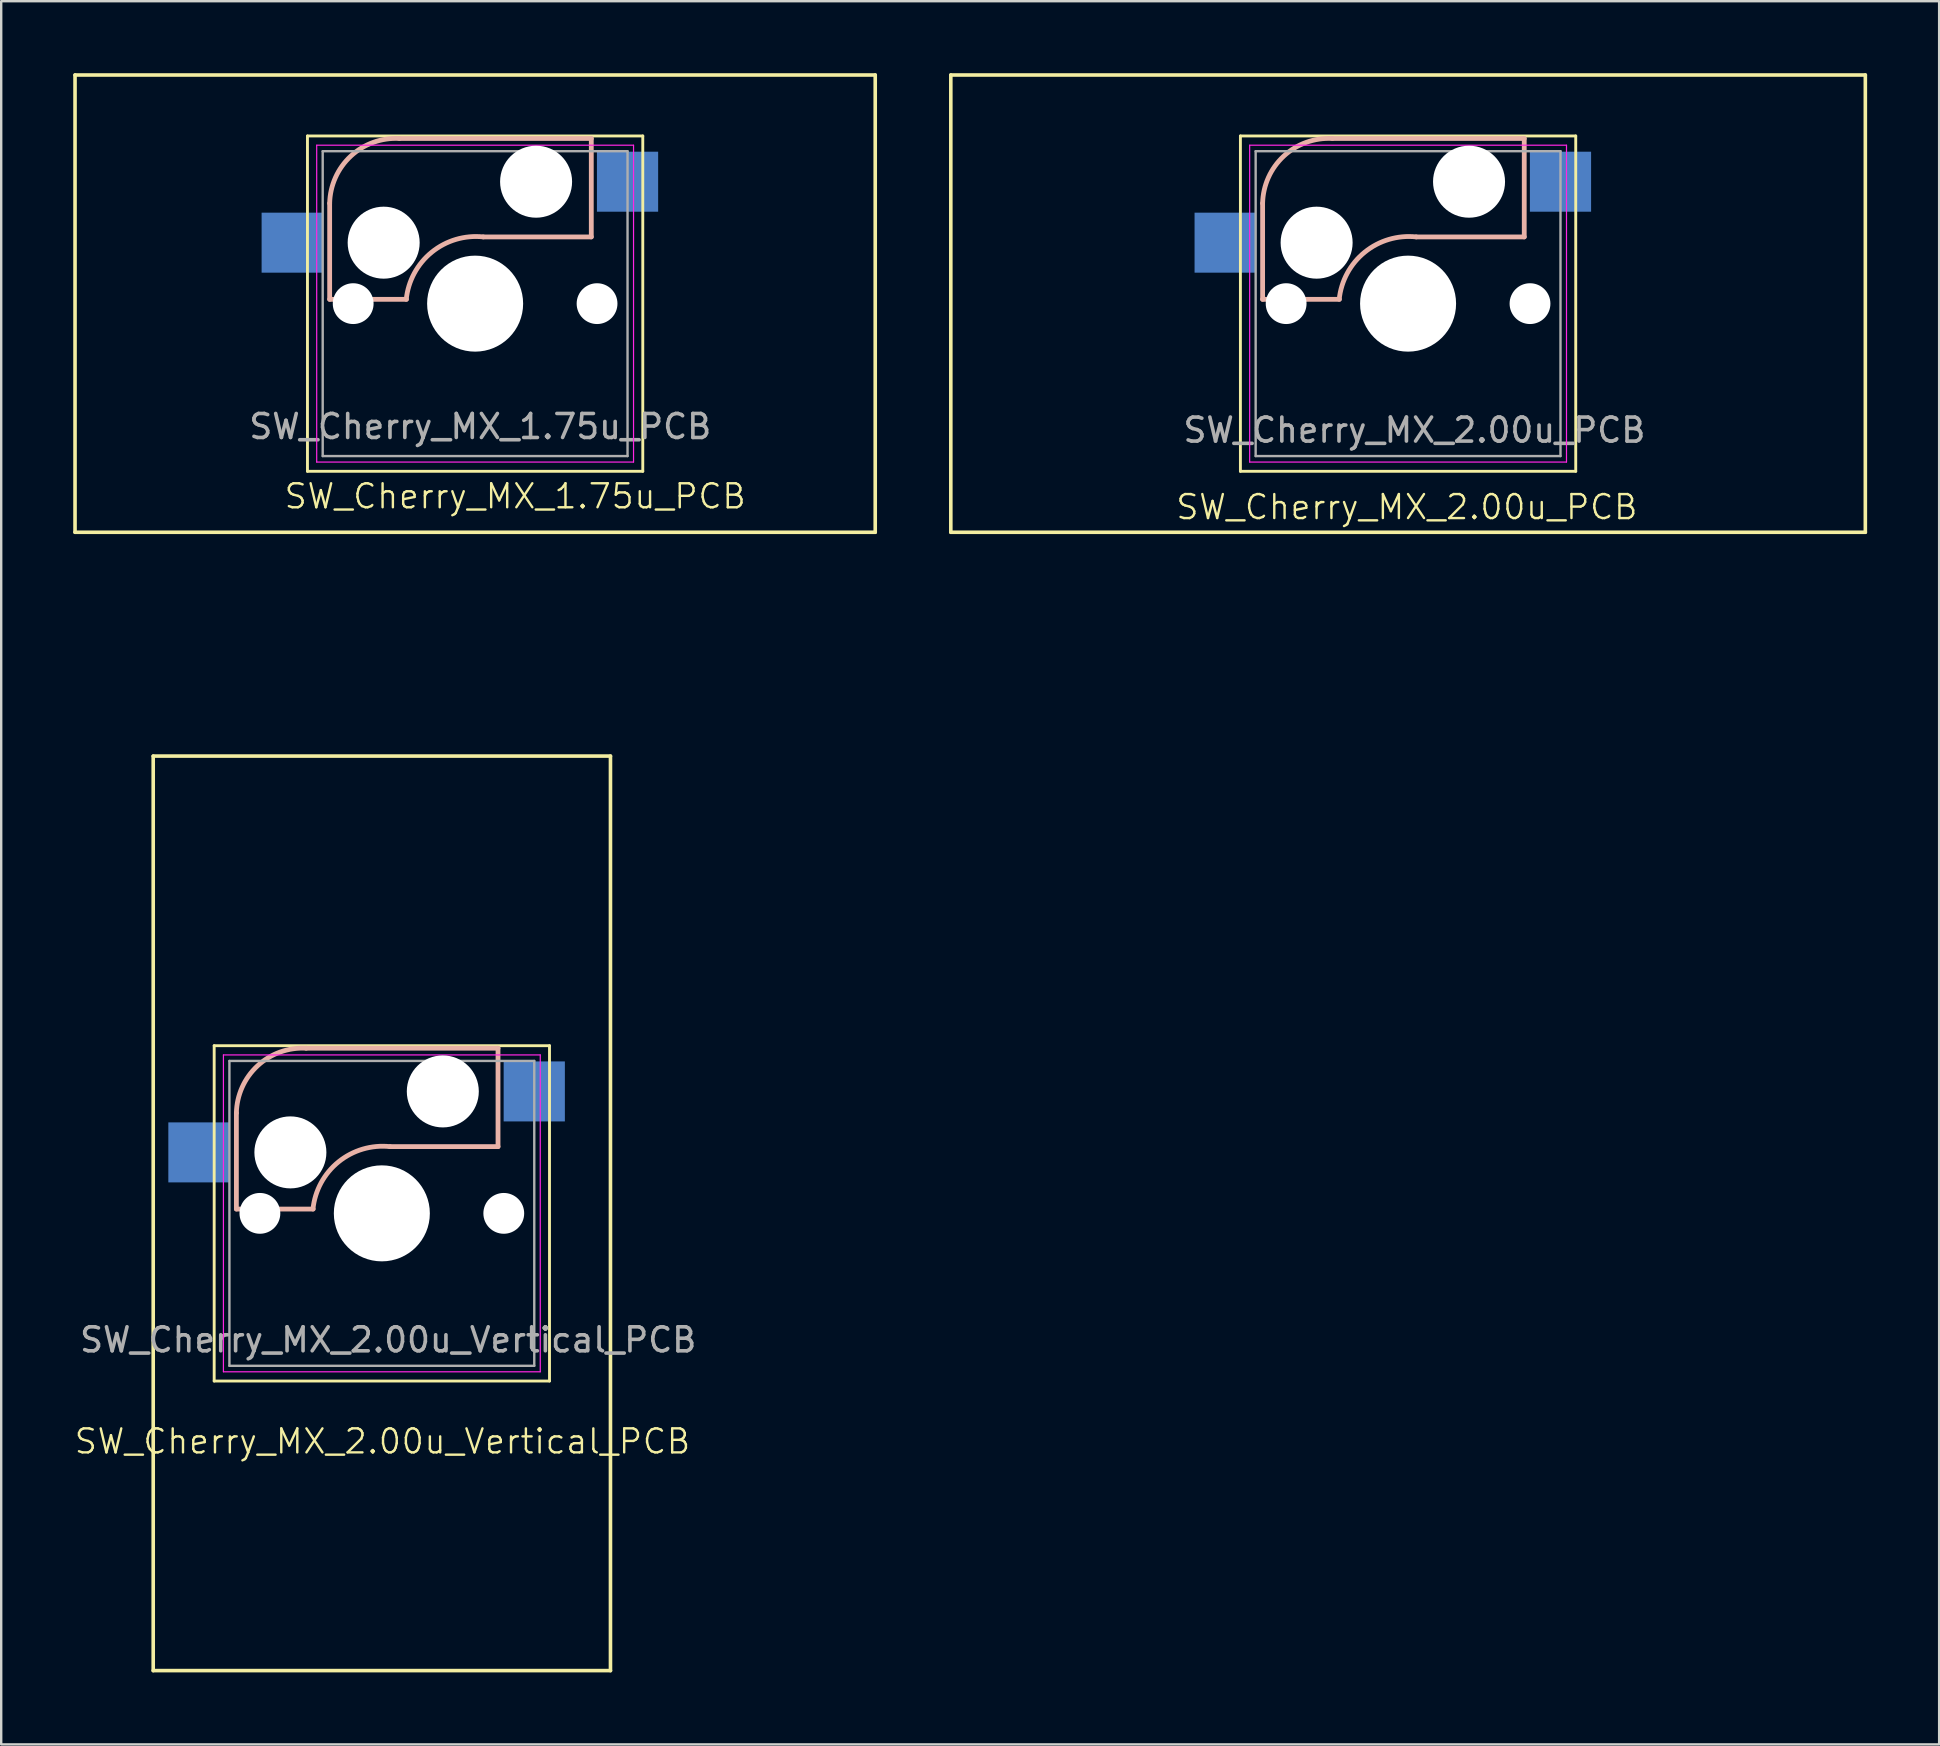
<source format=kicad_pcb>
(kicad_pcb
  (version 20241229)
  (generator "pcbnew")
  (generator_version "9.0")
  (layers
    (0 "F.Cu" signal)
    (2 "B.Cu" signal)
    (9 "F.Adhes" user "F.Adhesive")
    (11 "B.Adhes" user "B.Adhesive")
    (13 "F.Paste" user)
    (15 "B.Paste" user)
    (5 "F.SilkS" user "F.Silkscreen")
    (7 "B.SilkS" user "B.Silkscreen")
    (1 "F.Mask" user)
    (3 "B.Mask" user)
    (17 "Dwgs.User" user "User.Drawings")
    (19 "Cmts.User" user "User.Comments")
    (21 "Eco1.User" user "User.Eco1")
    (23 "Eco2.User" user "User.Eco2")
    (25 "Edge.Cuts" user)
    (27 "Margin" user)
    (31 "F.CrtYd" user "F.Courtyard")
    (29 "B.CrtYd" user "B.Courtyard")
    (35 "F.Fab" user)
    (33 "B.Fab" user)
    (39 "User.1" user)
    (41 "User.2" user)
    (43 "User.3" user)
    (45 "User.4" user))
  (footprint "SW_Cherry_MX_2.00u_PCB"
    (layer "F.Cu")
    (at 55.562 22.075)
    (property "Reference" "SW_Cherry_MX_2.00u_PCB" (at 0 -4 0) (unlocked yes) (layer "F.SilkS") (effects (font (size 1 1) (thickness 0.1))))
    (attr smd)
    (fp_line (start -19 -22) (end 19.1 -22) (stroke (width 0.15) (type solid)) (layer "F.SilkS"))
    (fp_line (start -19 -2.95) (end -19 -22) (stroke (width 0.15) (type solid)) (layer "F.SilkS"))
    (fp_line (start -19 -2.95) (end 19.1 -2.95) (stroke (width 0.15) (type solid)) (layer "F.SilkS"))
    (fp_line (start -6.935 -19.46) (end 7.035 -19.46) (stroke (width 0.12) (type solid)) (layer "F.SilkS"))
    (fp_line (start -6.935 -5.49) (end -6.935 -19.46) (stroke (width 0.12) (type solid)) (layer "F.SilkS"))
    (fp_line (start 7.035 -19.46) (end 7.035 -5.49) (stroke (width 0.12) (type solid)) (layer "F.SilkS"))
    (fp_line (start 7.035 -5.49) (end -6.935 -5.49) (stroke (width 0.12) (type solid)) (layer "F.SilkS"))
    (fp_line (start 19.1 -22) (end 19.1 -2.95) (stroke (width 0.15) (type solid)) (layer "F.SilkS"))
    (fp_line (start -6.01 -16.655) (end -6.01 -12.655) (stroke (width 0.2) (type default)) (layer "B.SilkS"))
    (fp_line (start -6.01 -12.655) (end -2.81 -12.655) (stroke (width 0.2) (type default)) (layer "B.SilkS"))
    (fp_line (start 4.89 -19.355) (end -3.102 -19.355) (stroke (width 0.2) (type default)) (layer "B.SilkS"))
    (fp_line (start 4.89 -19.355) (end 4.89 -15.255) (stroke (width 0.2) (type default)) (layer "B.SilkS"))
    (fp_line (start 4.89 -15.255) (end 0.39 -15.255) (stroke (width 0.2) (type default)) (layer "B.SilkS"))
    (fp_arc (start -6.009999 -16.655) (mid -5.128868 -18.622002) (end -3.102 -19.355) (stroke (width 0.2) (type default)) (layer "B.SilkS"))
    (fp_arc (start -2.818839 -12.655915) (mid -1.753842 -14.621431) (end 0.39 -15.255) (stroke (width 0.2) (type default)) (layer "B.SilkS"))
    (fp_line (start -6.55 -19.075) (end 6.65 -19.075) (stroke (width 0.05) (type solid)) (layer "F.CrtYd"))
    (fp_line (start -6.55 -5.875) (end -6.55 -19.075) (stroke (width 0.05) (type solid)) (layer "F.CrtYd"))
    (fp_line (start 6.65 -19.075) (end 6.65 -5.875) (stroke (width 0.05) (type solid)) (layer "F.CrtYd"))
    (fp_line (start 6.65 -5.875) (end -6.55 -5.875) (stroke (width 0.05) (type solid)) (layer "F.CrtYd"))
    (fp_line (start -6.3 -18.825) (end 6.4 -18.825) (stroke (width 0.1) (type solid)) (layer "F.Fab"))
    (fp_line (start -6.3 -6.125) (end -6.3 -18.825) (stroke (width 0.1) (type solid)) (layer "F.Fab"))
    (fp_line (start 6.4 -18.825) (end 6.4 -6.125) (stroke (width 0.1) (type solid)) (layer "F.Fab"))
    (fp_line (start 6.4 -6.125) (end -6.3 -6.125) (stroke (width 0.1) (type solid)) (layer "F.Fab"))
    (fp_text user "${REFERENCE}" (at 0.315 -7.205 0) (layer "F.Fab") (effects (font (size 1 1) (thickness 0.15))))
    (pad "" np_thru_hole circle (at -5.03 -12.475) (size 1.7 1.7) (drill 1.7) (layers "*.Cu" "*.Mask"))
    (pad "" np_thru_hole circle (at -3.76 -15.015) (size 3 3) (drill 3) (layers "*.Cu" "*.Mask"))
    (pad "" np_thru_hole circle (at 0.05 -12.475) (size 4 4) (drill 4) (layers "*.Cu" "*.Mask"))
    (pad "" np_thru_hole circle (at 2.59 -17.555) (size 3 3) (drill 3) (layers "*.Cu" "*.Mask"))
    (pad "" np_thru_hole circle (at 5.13 -12.475) (size 1.7 1.7) (drill 1.7) (layers "*.Cu" "*.Mask"))
    (pad "1" smd rect (at -7.57 -15.015) (size 2.55 2.5) (layers "B.Cu" "B.Mask" "B.Paste"))
    (pad "2" smd rect (at 6.4 -17.555) (size 2.55 2.5) (layers "B.Cu" "B.Mask" "B.Paste")))
  (footprint "SW_Cherry_MX_2.00u_Vertical_PCB"
    (layer "F.Cu")
    (at 12.883 47.5)
    (property "Reference" "SW_Cherry_MX_2.00u_Vertical_PCB" (at 0 9.5 0) (unlocked yes) (layer "F.SilkS") (effects (font (size 1 1) (thickness 0.1))))
    (attr smd)
    (fp_line (start -9.55 -19.05) (end -9.55 19.05) (stroke (width 0.15) (type solid)) (layer "F.SilkS"))
    (fp_line (start -9.55 -19.05) (end 9.5 -19.05) (stroke (width 0.15) (type solid)) (layer "F.SilkS"))
    (fp_line (start -7.01 -6.985) (end 6.96 -6.985) (stroke (width 0.12) (type solid)) (layer "F.SilkS"))
    (fp_line (start -7.01 6.985) (end -7.01 -6.985) (stroke (width 0.12) (type solid)) (layer "F.SilkS"))
    (fp_line (start 6.96 -6.985) (end 6.96 6.985) (stroke (width 0.12) (type solid)) (layer "F.SilkS"))
    (fp_line (start 6.96 6.985) (end -7.01 6.985) (stroke (width 0.12) (type solid)) (layer "F.SilkS"))
    (fp_line (start 9.5 -19.05) (end 9.5 19.05) (stroke (width 0.15) (type solid)) (layer "F.SilkS"))
    (fp_line (start 9.5 19.05) (end -9.55 19.05) (stroke (width 0.15) (type solid)) (layer "F.SilkS"))
    (fp_line (start -6.085 -4.18) (end -6.085 -0.18) (stroke (width 0.2) (type default)) (layer "B.SilkS"))
    (fp_line (start -6.085 -0.18) (end -2.885 -0.18) (stroke (width 0.2) (type default)) (layer "B.SilkS"))
    (fp_line (start 4.815 -6.88) (end -3.177 -6.88) (stroke (width 0.2) (type default)) (layer "B.SilkS"))
    (fp_line (start 4.815 -6.88) (end 4.815 -2.78) (stroke (width 0.2) (type default)) (layer "B.SilkS"))
    (fp_line (start 4.815 -2.78) (end 0.315 -2.78) (stroke (width 0.2) (type default)) (layer "B.SilkS"))
    (fp_arc (start -6.084999 -4.18) (mid -5.203867 -6.146999) (end -3.177 -6.88) (stroke (width 0.2) (type default)) (layer "B.SilkS"))
    (fp_arc (start -2.893839 -0.180915) (mid -1.828841 -2.146429) (end 0.315 -2.78) (stroke (width 0.2) (type default)) (layer "B.SilkS"))
    (fp_line (start -6.625 -6.6) (end 6.575 -6.6) (stroke (width 0.05) (type solid)) (layer "F.CrtYd"))
    (fp_line (start -6.625 6.6) (end -6.625 -6.6) (stroke (width 0.05) (type solid)) (layer "F.CrtYd"))
    (fp_line (start 6.575 -6.6) (end 6.575 6.6) (stroke (width 0.05) (type solid)) (layer "F.CrtYd"))
    (fp_line (start 6.575 6.6) (end -6.625 6.6) (stroke (width 0.05) (type solid)) (layer "F.CrtYd"))
    (fp_line (start -6.375 -6.35) (end 6.325 -6.35) (stroke (width 0.1) (type solid)) (layer "F.Fab"))
    (fp_line (start -6.375 6.35) (end -6.375 -6.35) (stroke (width 0.1) (type solid)) (layer "F.Fab"))
    (fp_line (start 6.325 -6.35) (end 6.325 6.35) (stroke (width 0.1) (type solid)) (layer "F.Fab"))
    (fp_line (start 6.325 6.35) (end -6.375 6.35) (stroke (width 0.1) (type solid)) (layer "F.Fab"))
    (fp_text user "${REFERENCE}" (at 0.24 5.27 0) (layer "F.Fab") (effects (font (size 1 1) (thickness 0.15))))
    (pad "" np_thru_hole circle (at -5.105 0) (size 1.7 1.7) (drill 1.7) (layers "*.Cu" "*.Mask"))
    (pad "" np_thru_hole circle (at -3.835 -2.54) (size 3 3) (drill 3) (layers "*.Cu" "*.Mask"))
    (pad "" np_thru_hole circle (at -0.025 0) (size 4 4) (drill 4) (layers "*.Cu" "*.Mask"))
    (pad "" np_thru_hole circle (at 2.515 -5.08) (size 3 3) (drill 3) (layers "*.Cu" "*.Mask"))
    (pad "" np_thru_hole circle (at 5.055 0) (size 1.7 1.7) (drill 1.7) (layers "*.Cu" "*.Mask"))
    (pad "1" smd rect (at -7.645 -2.54) (size 2.55 2.5) (layers "B.Cu" "B.Mask" "B.Paste"))
    (pad "2" smd rect (at 6.325 -5.08) (size 2.55 2.5) (layers "B.Cu" "B.Mask" "B.Paste")))
  (footprint "SW_Cherry_MX_1.75u_PCB"
    (layer "F.Cu")
    (at 18.413 25.125)
    (property "Reference" "SW_Cherry_MX_1.75u_PCB" (at 0 -7.5 0) (unlocked yes) (layer "F.SilkS") (effects (font (size 1 1) (thickness 0.1))))
    (attr smd)
    (fp_line (start -18.337 -25.05) (end 15 -25.05) (stroke (width 0.15) (type solid)) (layer "F.SilkS"))
    (fp_line (start -18.337 -6) (end -18.337 -25.05) (stroke (width 0.15) (type solid)) (layer "F.SilkS"))
    (fp_line (start -8.654 -22.51) (end 5.316 -22.51) (stroke (width 0.12) (type solid)) (layer "F.SilkS"))
    (fp_line (start -8.654 -8.54) (end -8.654 -22.51) (stroke (width 0.12) (type solid)) (layer "F.SilkS"))
    (fp_line (start 5.316 -22.51) (end 5.316 -8.54) (stroke (width 0.12) (type solid)) (layer "F.SilkS"))
    (fp_line (start 5.316 -8.54) (end -8.654 -8.54) (stroke (width 0.12) (type solid)) (layer "F.SilkS"))
    (fp_line (start 15 -25.05) (end 15 -6) (stroke (width 0.15) (type solid)) (layer "F.SilkS"))
    (fp_line (start 15 -6) (end -18.337 -6) (stroke (width 0.15) (type solid)) (layer "F.SilkS"))
    (fp_line (start -7.729 -19.705) (end -7.729 -15.705) (stroke (width 0.2) (type default)) (layer "B.SilkS"))
    (fp_line (start -7.729 -15.705) (end -4.529 -15.705) (stroke (width 0.2) (type default)) (layer "B.SilkS"))
    (fp_line (start 3.171 -22.405) (end -4.821 -22.405) (stroke (width 0.2) (type default)) (layer "B.SilkS"))
    (fp_line (start 3.171 -22.405) (end 3.171 -18.305) (stroke (width 0.2) (type default)) (layer "B.SilkS"))
    (fp_line (start 3.171 -18.305) (end -1.329 -18.305) (stroke (width 0.2) (type default)) (layer "B.SilkS"))
    (fp_arc (start -7.728749 -19.705) (mid -6.847617 -21.671999) (end -4.82075 -22.405) (stroke (width 0.2) (type default)) (layer "B.SilkS"))
    (fp_arc (start -4.537589 -15.705915) (mid -3.472591 -17.671429) (end -1.32875 -18.305) (stroke (width 0.2) (type default)) (layer "B.SilkS"))
    (fp_line (start -8.269 -22.125) (end 4.931 -22.125) (stroke (width 0.05) (type solid)) (layer "F.CrtYd"))
    (fp_line (start -8.269 -8.925) (end -8.269 -22.125) (stroke (width 0.05) (type solid)) (layer "F.CrtYd"))
    (fp_line (start 4.931 -22.125) (end 4.931 -8.925) (stroke (width 0.05) (type solid)) (layer "F.CrtYd"))
    (fp_line (start 4.931 -8.925) (end -8.269 -8.925) (stroke (width 0.05) (type solid)) (layer "F.CrtYd"))
    (fp_line (start -8.019 -21.875) (end 4.681 -21.875) (stroke (width 0.1) (type solid)) (layer "F.Fab"))
    (fp_line (start -8.019 -9.175) (end -8.019 -21.875) (stroke (width 0.1) (type solid)) (layer "F.Fab"))
    (fp_line (start 4.681 -21.875) (end 4.681 -9.175) (stroke (width 0.1) (type solid)) (layer "F.Fab"))
    (fp_line (start 4.681 -9.175) (end -8.019 -9.175) (stroke (width 0.1) (type solid)) (layer "F.Fab"))
    (fp_text user "${REFERENCE}" (at -1.454 -10.405 0) (layer "F.Fab") (effects (font (size 1 1) (thickness 0.15))))
    (pad "" np_thru_hole circle (at -6.749 -15.525) (size 1.7 1.7) (drill 1.7) (layers "*.Cu" "*.Mask"))
    (pad "" np_thru_hole circle (at -5.479 -18.065) (size 3 3) (drill 3) (layers "*.Cu" "*.Mask"))
    (pad "" np_thru_hole circle (at -1.669 -15.525) (size 4 4) (drill 4) (layers "*.Cu" "*.Mask"))
    (pad "" np_thru_hole circle (at 0.871 -20.605) (size 3 3) (drill 3) (layers "*.Cu" "*.Mask"))
    (pad "" np_thru_hole circle (at 3.411 -15.525) (size 1.7 1.7) (drill 1.7) (layers "*.Cu" "*.Mask"))
    (pad "1" smd rect (at -9.289 -18.065) (size 2.55 2.5) (layers "B.Cu" "B.Mask" "B.Paste"))
    (pad "2" smd rect (at 4.681 -20.605) (size 2.55 2.5) (layers "B.Cu" "B.Mask" "B.Paste")))
  (gr_rect
    (start -3 -3)
    (end 77.737 69.625)
    (stroke (width 0.1) (type default))
    (fill no)
    (layer "Edge.Cuts")))
</source>
